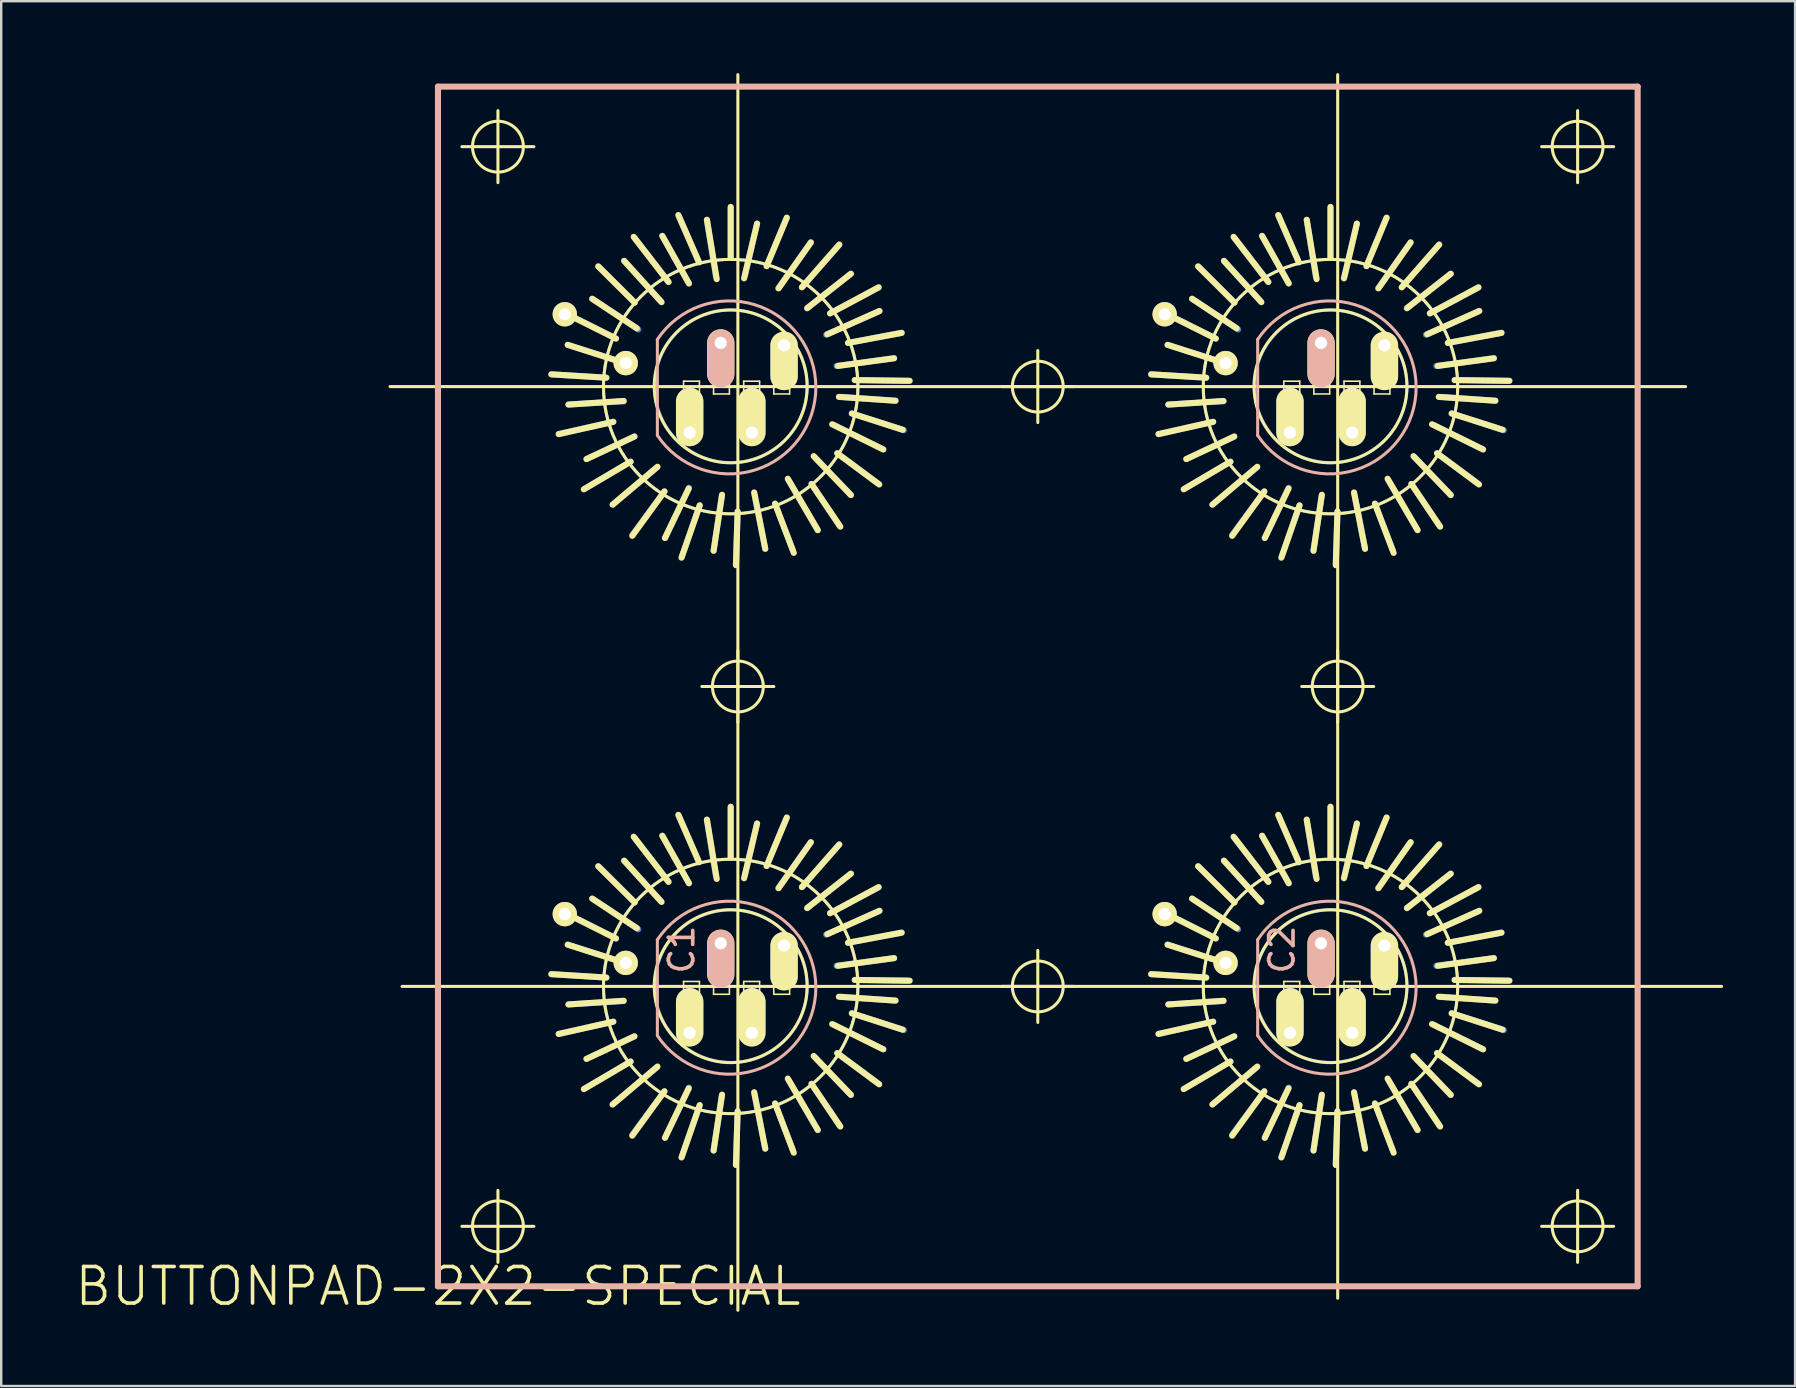
<source format=kicad_pcb>
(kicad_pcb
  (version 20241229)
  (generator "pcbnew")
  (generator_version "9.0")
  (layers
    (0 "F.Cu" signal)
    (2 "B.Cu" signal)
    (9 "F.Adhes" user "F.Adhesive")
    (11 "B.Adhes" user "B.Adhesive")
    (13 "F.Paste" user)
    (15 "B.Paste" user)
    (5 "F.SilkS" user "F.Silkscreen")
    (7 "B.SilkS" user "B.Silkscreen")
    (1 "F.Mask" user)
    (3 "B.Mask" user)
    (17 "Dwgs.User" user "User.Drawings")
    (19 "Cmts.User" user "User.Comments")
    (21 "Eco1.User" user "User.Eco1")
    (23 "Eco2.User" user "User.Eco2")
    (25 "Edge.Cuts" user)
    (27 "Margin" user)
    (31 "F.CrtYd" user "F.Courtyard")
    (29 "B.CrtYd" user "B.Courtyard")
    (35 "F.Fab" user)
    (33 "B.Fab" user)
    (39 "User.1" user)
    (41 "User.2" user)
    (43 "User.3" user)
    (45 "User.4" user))
  (footprint "BUTTONPAD-2X2-SPECIAL"
    (layer "F.Cu")
    (at 15.204 50.561)
    (property "Reference" "BUTTONPAD-2X2-SPECIAL" (at 0 0 0) (layer "F.SilkS") (effects (font (size 1.524 1.524) (thickness 0.15))))
    (attr exclude_from_pos_files exclude_from_bom)
    (fp_line (start 4.719 -38.009) (end 7.018 -37.869) (stroke (width 0.254) (type solid)) (layer "B.Cu"))
    (fp_line (start 4.719 -13.01) (end 7.018 -12.868) (stroke (width 0.254) (type solid)) (layer "B.Cu"))
    (fp_line (start 5.039 -35.519) (end 7.308 -36.03) (stroke (width 0.254) (type solid)) (layer "B.Cu"))
    (fp_line (start 5.039 -10.518) (end 7.308 -11.029) (stroke (width 0.254) (type solid)) (layer "B.Cu"))
    (fp_line (start 5.359 -40.538) (end 7.419 -39.5) (stroke (width 0.254) (type solid)) (layer "B.Cu"))
    (fp_line (start 5.359 -15.54) (end 7.419 -14.498) (stroke (width 0.254) (type solid)) (layer "B.Cu"))
    (fp_line (start 6.129 -33.249) (end 8.029 -34.369) (stroke (width 0.254) (type solid)) (layer "B.Cu"))
    (fp_line (start 6.129 -8.25) (end 8.029 -9.368) (stroke (width 0.254) (type solid)) (layer "B.Cu"))
    (fp_line (start 6.698 -42.499) (end 8.199 -40.998) (stroke (width 0.254) (type solid)) (layer "B.Cu"))
    (fp_line (start 6.698 -17.498) (end 8.199 -15.999) (stroke (width 0.254) (type solid)) (layer "B.Cu"))
    (fp_line (start 7.739 -38.499) (end 5.408 -39.238) (stroke (width 0.254) (type solid)) (layer "B.Cu"))
    (fp_line (start 7.739 -36.888) (end 5.438 -36.749) (stroke (width 0.254) (type solid)) (layer "B.Cu"))
    (fp_line (start 7.739 -13.498) (end 5.408 -14.239) (stroke (width 0.254) (type solid)) (layer "B.Cu"))
    (fp_line (start 7.739 -11.89) (end 5.438 -11.748) (stroke (width 0.254) (type solid)) (layer "B.Cu"))
    (fp_line (start 8.108 -31.328) (end 9.439 -33.129) (stroke (width 0.254) (type solid)) (layer "B.Cu"))
    (fp_line (start 8.108 -6.33) (end 9.439 -8.128) (stroke (width 0.254) (type solid)) (layer "B.Cu"))
    (fp_line (start 8.189 -43.698) (end 9.609 -41.859) (stroke (width 0.254) (type solid)) (layer "B.Cu"))
    (fp_line (start 8.189 -35.418) (end 6.19 -34.478) (stroke (width 0.254) (type solid)) (layer "B.Cu"))
    (fp_line (start 8.189 -18.699) (end 9.609 -16.858) (stroke (width 0.254) (type solid)) (layer "B.Cu"))
    (fp_line (start 8.189 -10.419) (end 6.19 -9.479) (stroke (width 0.254) (type solid)) (layer "B.Cu"))
    (fp_line (start 8.349 -39.878) (end 6.429 -41.158) (stroke (width 0.254) (type solid)) (layer "B.Cu"))
    (fp_line (start 8.349 -14.879) (end 6.429 -16.159) (stroke (width 0.254) (type solid)) (layer "B.Cu"))
    (fp_line (start 9.129 -34.13) (end 7.28 -32.578) (stroke (width 0.254) (type solid)) (layer "B.Cu"))
    (fp_line (start 9.129 -9.129) (end 7.28 -7.579) (stroke (width 0.254) (type solid)) (layer "B.Cu"))
    (fp_line (start 9.289 -41.049) (end 7.76 -42.738) (stroke (width 0.254) (type solid)) (layer "B.Cu"))
    (fp_line (start 9.289 -16.048) (end 7.76 -17.739) (stroke (width 0.254) (type solid)) (layer "B.Cu"))
    (fp_line (start 10.038 -44.607) (end 10.879 -42.68) (stroke (width 0.254) (type solid)) (layer "B.Cu"))
    (fp_line (start 10.038 -19.609) (end 10.879 -17.678) (stroke (width 0.254) (type solid)) (layer "B.Cu"))
    (fp_line (start 10.168 -30.419) (end 10.909 -32.548) (stroke (width 0.254) (type solid)) (layer "B.Cu"))
    (fp_line (start 10.168 -5.418) (end 10.909 -7.549) (stroke (width 0.254) (type solid)) (layer "B.Cu"))
    (fp_line (start 10.46 -41.798) (end 9.35 -43.779) (stroke (width 0.254) (type solid)) (layer "B.Cu"))
    (fp_line (start 10.46 -33.279) (end 9.469 -31.189) (stroke (width 0.254) (type solid)) (layer "B.Cu"))
    (fp_line (start 10.46 -16.8) (end 9.35 -18.778) (stroke (width 0.254) (type solid)) (layer "B.Cu"))
    (fp_line (start 10.46 -8.278) (end 9.469 -6.19) (stroke (width 0.254) (type solid)) (layer "B.Cu"))
    (fp_line (start 10.49 -35.585) (end 10.49 -36.881) (stroke (width 1.143) (type solid)) (layer "B.Cu"))
    (fp_line (start 10.49 -10.566) (end 10.49 -11.862) (stroke (width 1.143) (type solid)) (layer "B.Cu"))
    (fp_line (start 11.587 -42.067) (end 11.209 -44.45) (stroke (width 0.254) (type solid)) (layer "B.Cu"))
    (fp_line (start 11.587 -17.069) (end 11.209 -19.449) (stroke (width 0.254) (type solid)) (layer "B.Cu"))
    (fp_line (start 11.829 -32.929) (end 11.488 -30.658) (stroke (width 0.254) (type solid)) (layer "B.Cu"))
    (fp_line (start 11.829 -7.93) (end 11.488 -5.659) (stroke (width 0.254) (type solid)) (layer "B.Cu"))
    (fp_line (start 12.2 -44.958) (end 12.2 -42.868) (stroke (width 0.254) (type solid)) (layer "B.Cu"))
    (fp_line (start 12.2 -19.959) (end 12.2 -17.869) (stroke (width 0.254) (type solid)) (layer "B.Cu"))
    (fp_line (start 12.418 -30.058) (end 12.489 -32.288) (stroke (width 0.254) (type solid)) (layer "B.Cu"))
    (fp_line (start 12.418 -5.06) (end 12.489 -7.29) (stroke (width 0.254) (type solid)) (layer "B.Cu"))
    (fp_line (start 12.789 -42.118) (end 13.299 -44.29) (stroke (width 0.254) (type solid)) (layer "B.Cu"))
    (fp_line (start 12.789 -17.12) (end 13.299 -19.289) (stroke (width 0.254) (type solid)) (layer "B.Cu"))
    (fp_line (start 13.081 -35.585) (end 13.081 -36.881) (stroke (width 1.143) (type solid)) (layer "B.Cu"))
    (fp_line (start 13.081 -10.566) (end 13.081 -11.862) (stroke (width 1.143) (type solid)) (layer "B.Cu"))
    (fp_line (start 13.188 -33.038) (end 13.64 -30.739) (stroke (width 0.254) (type solid)) (layer "B.Cu"))
    (fp_line (start 13.188 -8.039) (end 13.64 -5.738) (stroke (width 0.254) (type solid)) (layer "B.Cu"))
    (fp_line (start 14.178 -41.59) (end 15.54 -43.508) (stroke (width 0.254) (type solid)) (layer "B.Cu"))
    (fp_line (start 14.178 -16.589) (end 15.54 -18.509) (stroke (width 0.254) (type solid)) (layer "B.Cu"))
    (fp_line (start 14.425 -37.922) (end 14.425 -39.218) (stroke (width 1.143) (type solid)) (layer "B.Cu"))
    (fp_line (start 14.425 -12.903) (end 14.425 -14.199) (stroke (width 1.143) (type solid)) (layer "B.Cu"))
    (fp_line (start 14.529 -44.529) (end 13.698 -42.52) (stroke (width 0.254) (type solid)) (layer "B.Cu"))
    (fp_line (start 14.529 -19.528) (end 13.698 -17.518) (stroke (width 0.254) (type solid)) (layer "B.Cu"))
    (fp_line (start 14.608 -33.599) (end 15.829 -31.509) (stroke (width 0.254) (type solid)) (layer "B.Cu"))
    (fp_line (start 14.608 -8.598) (end 15.829 -6.507) (stroke (width 0.254) (type solid)) (layer "B.Cu"))
    (fp_line (start 14.788 -30.688) (end 14.049 -32.619) (stroke (width 0.254) (type solid)) (layer "B.Cu"))
    (fp_line (start 14.788 -5.69) (end 14.049 -7.62) (stroke (width 0.254) (type solid)) (layer "B.Cu"))
    (fp_line (start 15.38 -40.759) (end 17.209 -42.2) (stroke (width 0.254) (type solid)) (layer "B.Cu"))
    (fp_line (start 15.38 -15.758) (end 17.209 -17.198) (stroke (width 0.254) (type solid)) (layer "B.Cu"))
    (fp_line (start 15.7 -34.559) (end 17.209 -32.979) (stroke (width 0.254) (type solid)) (layer "B.Cu"))
    (fp_line (start 15.7 -9.558) (end 17.209 -7.978) (stroke (width 0.254) (type solid)) (layer "B.Cu"))
    (fp_line (start 16.18 -39.66) (end 18.4 -40.648) (stroke (width 0.254) (type solid)) (layer "B.Cu"))
    (fp_line (start 16.18 -14.658) (end 18.4 -15.649) (stroke (width 0.254) (type solid)) (layer "B.Cu"))
    (fp_line (start 16.5 -35.898) (end 18.56 -34.879) (stroke (width 0.254) (type solid)) (layer "B.Cu"))
    (fp_line (start 16.5 -10.899) (end 18.56 -9.878) (stroke (width 0.254) (type solid)) (layer "B.Cu"))
    (fp_line (start 16.609 -38.359) (end 19.009 -38.679) (stroke (width 0.254) (type solid)) (layer "B.Cu"))
    (fp_line (start 16.609 -13.358) (end 19.009 -13.678) (stroke (width 0.254) (type solid)) (layer "B.Cu"))
    (fp_line (start 16.718 -43.409) (end 15.169 -41.638) (stroke (width 0.254) (type solid)) (layer "B.Cu"))
    (fp_line (start 16.718 -18.41) (end 15.169 -16.64) (stroke (width 0.254) (type solid)) (layer "B.Cu"))
    (fp_line (start 16.739 -31.699) (end 15.568 -33.439) (stroke (width 0.254) (type solid)) (layer "B.Cu"))
    (fp_line (start 16.739 -6.698) (end 15.568 -8.438) (stroke (width 0.254) (type solid)) (layer "B.Cu"))
    (fp_line (start 16.8 -37.069) (end 19.068 -36.909) (stroke (width 0.254) (type solid)) (layer "B.Cu"))
    (fp_line (start 16.8 -12.068) (end 19.068 -11.908) (stroke (width 0.254) (type solid)) (layer "B.Cu"))
    (fp_line (start 18.349 -41.618) (end 16.34 -40.549) (stroke (width 0.254) (type solid)) (layer "B.Cu"))
    (fp_line (start 18.349 -16.619) (end 16.34 -15.55) (stroke (width 0.254) (type solid)) (layer "B.Cu"))
    (fp_line (start 18.369 -33.439) (end 16.64 -34.719) (stroke (width 0.254) (type solid)) (layer "B.Cu"))
    (fp_line (start 18.369 -8.438) (end 16.64 -9.718) (stroke (width 0.254) (type solid)) (layer "B.Cu"))
    (fp_line (start 19.309 -39.738) (end 17.089 -39.319) (stroke (width 0.254) (type solid)) (layer "B.Cu"))
    (fp_line (start 19.309 -14.74) (end 17.089 -14.318) (stroke (width 0.254) (type solid)) (layer "B.Cu"))
    (fp_line (start 19.418 -35.679) (end 17.249 -36.378) (stroke (width 0.254) (type solid)) (layer "B.Cu"))
    (fp_line (start 19.418 -10.678) (end 17.249 -11.379) (stroke (width 0.254) (type solid)) (layer "B.Cu"))
    (fp_line (start 19.578 -37.739) (end 17.379 -37.77) (stroke (width 0.254) (type solid)) (layer "B.Cu"))
    (fp_line (start 19.578 -12.738) (end 17.379 -12.769) (stroke (width 0.254) (type solid)) (layer "B.Cu"))
    (fp_line (start 29.718 -38.009) (end 32.019 -37.869) (stroke (width 0.254) (type solid)) (layer "B.Cu"))
    (fp_line (start 29.718 -13.01) (end 32.019 -12.868) (stroke (width 0.254) (type solid)) (layer "B.Cu"))
    (fp_line (start 30.038 -35.519) (end 32.309 -36.03) (stroke (width 0.254) (type solid)) (layer "B.Cu"))
    (fp_line (start 30.038 -10.518) (end 32.309 -11.029) (stroke (width 0.254) (type solid)) (layer "B.Cu"))
    (fp_line (start 30.358 -40.538) (end 32.418 -39.5) (stroke (width 0.254) (type solid)) (layer "B.Cu"))
    (fp_line (start 30.358 -15.54) (end 32.418 -14.498) (stroke (width 0.254) (type solid)) (layer "B.Cu"))
    (fp_line (start 31.128 -33.249) (end 33.028 -34.369) (stroke (width 0.254) (type solid)) (layer "B.Cu"))
    (fp_line (start 31.128 -8.25) (end 33.028 -9.368) (stroke (width 0.254) (type solid)) (layer "B.Cu"))
    (fp_line (start 31.699 -42.499) (end 33.198 -40.998) (stroke (width 0.254) (type solid)) (layer "B.Cu"))
    (fp_line (start 31.699 -17.498) (end 33.198 -15.999) (stroke (width 0.254) (type solid)) (layer "B.Cu"))
    (fp_line (start 32.738 -38.499) (end 30.409 -39.238) (stroke (width 0.254) (type solid)) (layer "B.Cu"))
    (fp_line (start 32.738 -36.888) (end 30.439 -36.749) (stroke (width 0.254) (type solid)) (layer "B.Cu"))
    (fp_line (start 32.738 -13.498) (end 30.409 -14.239) (stroke (width 0.254) (type solid)) (layer "B.Cu"))
    (fp_line (start 32.738 -11.89) (end 30.439 -11.748) (stroke (width 0.254) (type solid)) (layer "B.Cu"))
    (fp_line (start 33.109 -31.328) (end 34.44 -33.129) (stroke (width 0.254) (type solid)) (layer "B.Cu"))
    (fp_line (start 33.109 -6.33) (end 34.44 -8.128) (stroke (width 0.254) (type solid)) (layer "B.Cu"))
    (fp_line (start 33.188 -43.698) (end 34.608 -41.859) (stroke (width 0.254) (type solid)) (layer "B.Cu"))
    (fp_line (start 33.188 -35.418) (end 31.189 -34.478) (stroke (width 0.254) (type solid)) (layer "B.Cu"))
    (fp_line (start 33.188 -18.699) (end 34.608 -16.858) (stroke (width 0.254) (type solid)) (layer "B.Cu"))
    (fp_line (start 33.188 -10.419) (end 31.189 -9.479) (stroke (width 0.254) (type solid)) (layer "B.Cu"))
    (fp_line (start 33.348 -39.878) (end 31.43 -41.158) (stroke (width 0.254) (type solid)) (layer "B.Cu"))
    (fp_line (start 33.348 -14.879) (end 31.43 -16.159) (stroke (width 0.254) (type solid)) (layer "B.Cu"))
    (fp_line (start 34.13 -34.13) (end 32.278 -32.578) (stroke (width 0.254) (type solid)) (layer "B.Cu"))
    (fp_line (start 34.13 -9.129) (end 32.278 -7.579) (stroke (width 0.254) (type solid)) (layer "B.Cu"))
    (fp_line (start 34.29 -41.049) (end 32.758 -42.738) (stroke (width 0.254) (type solid)) (layer "B.Cu"))
    (fp_line (start 34.29 -16.048) (end 32.758 -17.739) (stroke (width 0.254) (type solid)) (layer "B.Cu"))
    (fp_line (start 35.039 -44.607) (end 35.877 -42.68) (stroke (width 0.254) (type solid)) (layer "B.Cu"))
    (fp_line (start 35.039 -19.609) (end 35.877 -17.678) (stroke (width 0.254) (type solid)) (layer "B.Cu"))
    (fp_line (start 35.169 -30.419) (end 35.908 -32.548) (stroke (width 0.254) (type solid)) (layer "B.Cu"))
    (fp_line (start 35.169 -5.418) (end 35.908 -7.549) (stroke (width 0.254) (type solid)) (layer "B.Cu"))
    (fp_line (start 35.458 -41.798) (end 34.348 -43.779) (stroke (width 0.254) (type solid)) (layer "B.Cu"))
    (fp_line (start 35.458 -33.279) (end 34.468 -31.189) (stroke (width 0.254) (type solid)) (layer "B.Cu"))
    (fp_line (start 35.458 -16.8) (end 34.348 -18.778) (stroke (width 0.254) (type solid)) (layer "B.Cu"))
    (fp_line (start 35.458 -8.278) (end 34.468 -6.19) (stroke (width 0.254) (type solid)) (layer "B.Cu"))
    (fp_line (start 35.509 -35.585) (end 35.509 -36.881) (stroke (width 1.143) (type solid)) (layer "B.Cu"))
    (fp_line (start 35.509 -10.566) (end 35.509 -11.862) (stroke (width 1.143) (type solid)) (layer "B.Cu"))
    (fp_line (start 36.589 -42.067) (end 36.208 -44.45) (stroke (width 0.254) (type solid)) (layer "B.Cu"))
    (fp_line (start 36.589 -17.069) (end 36.208 -19.449) (stroke (width 0.254) (type solid)) (layer "B.Cu"))
    (fp_line (start 36.83 -32.929) (end 36.49 -30.658) (stroke (width 0.254) (type solid)) (layer "B.Cu"))
    (fp_line (start 36.83 -7.93) (end 36.49 -5.659) (stroke (width 0.254) (type solid)) (layer "B.Cu"))
    (fp_line (start 37.198 -44.958) (end 37.198 -42.868) (stroke (width 0.254) (type solid)) (layer "B.Cu"))
    (fp_line (start 37.198 -19.959) (end 37.198 -17.869) (stroke (width 0.254) (type solid)) (layer "B.Cu"))
    (fp_line (start 37.419 -30.058) (end 37.488 -32.288) (stroke (width 0.254) (type solid)) (layer "B.Cu"))
    (fp_line (start 37.419 -5.06) (end 37.488 -7.29) (stroke (width 0.254) (type solid)) (layer "B.Cu"))
    (fp_line (start 37.788 -42.118) (end 38.298 -44.29) (stroke (width 0.254) (type solid)) (layer "B.Cu"))
    (fp_line (start 37.788 -17.12) (end 38.298 -19.289) (stroke (width 0.254) (type solid)) (layer "B.Cu"))
    (fp_line (start 38.1 -35.585) (end 38.1 -36.881) (stroke (width 1.143) (type solid)) (layer "B.Cu"))
    (fp_line (start 38.1 -10.566) (end 38.1 -11.862) (stroke (width 1.143) (type solid)) (layer "B.Cu"))
    (fp_line (start 38.189 -33.038) (end 38.638 -30.739) (stroke (width 0.254) (type solid)) (layer "B.Cu"))
    (fp_line (start 38.189 -8.039) (end 38.638 -5.738) (stroke (width 0.254) (type solid)) (layer "B.Cu"))
    (fp_line (start 39.179 -41.59) (end 40.538 -43.508) (stroke (width 0.254) (type solid)) (layer "B.Cu"))
    (fp_line (start 39.179 -16.589) (end 40.538 -18.509) (stroke (width 0.254) (type solid)) (layer "B.Cu"))
    (fp_line (start 39.446 -37.922) (end 39.446 -39.218) (stroke (width 1.143) (type solid)) (layer "B.Cu"))
    (fp_line (start 39.446 -12.903) (end 39.446 -14.199) (stroke (width 1.143) (type solid)) (layer "B.Cu"))
    (fp_line (start 39.527 -44.529) (end 38.699 -42.52) (stroke (width 0.254) (type solid)) (layer "B.Cu"))
    (fp_line (start 39.527 -19.528) (end 38.699 -17.518) (stroke (width 0.254) (type solid)) (layer "B.Cu"))
    (fp_line (start 39.609 -33.599) (end 40.828 -31.509) (stroke (width 0.254) (type solid)) (layer "B.Cu"))
    (fp_line (start 39.609 -8.598) (end 40.828 -6.507) (stroke (width 0.254) (type solid)) (layer "B.Cu"))
    (fp_line (start 39.789 -30.688) (end 39.05 -32.619) (stroke (width 0.254) (type solid)) (layer "B.Cu"))
    (fp_line (start 39.789 -5.69) (end 39.05 -7.62) (stroke (width 0.254) (type solid)) (layer "B.Cu"))
    (fp_line (start 40.378 -40.759) (end 42.21 -42.2) (stroke (width 0.254) (type solid)) (layer "B.Cu"))
    (fp_line (start 40.378 -15.758) (end 42.21 -17.198) (stroke (width 0.254) (type solid)) (layer "B.Cu"))
    (fp_line (start 40.698 -34.559) (end 42.21 -32.979) (stroke (width 0.254) (type solid)) (layer "B.Cu"))
    (fp_line (start 40.698 -9.558) (end 42.21 -7.978) (stroke (width 0.254) (type solid)) (layer "B.Cu"))
    (fp_line (start 41.178 -39.66) (end 43.398 -40.648) (stroke (width 0.254) (type solid)) (layer "B.Cu"))
    (fp_line (start 41.178 -14.658) (end 43.398 -15.649) (stroke (width 0.254) (type solid)) (layer "B.Cu"))
    (fp_line (start 41.499 -35.898) (end 43.558 -34.879) (stroke (width 0.254) (type solid)) (layer "B.Cu"))
    (fp_line (start 41.499 -10.899) (end 43.558 -9.878) (stroke (width 0.254) (type solid)) (layer "B.Cu"))
    (fp_line (start 41.608 -38.359) (end 44.008 -38.679) (stroke (width 0.254) (type solid)) (layer "B.Cu"))
    (fp_line (start 41.608 -13.358) (end 44.008 -13.678) (stroke (width 0.254) (type solid)) (layer "B.Cu"))
    (fp_line (start 41.719 -43.409) (end 40.168 -41.638) (stroke (width 0.254) (type solid)) (layer "B.Cu"))
    (fp_line (start 41.719 -18.41) (end 40.168 -16.64) (stroke (width 0.254) (type solid)) (layer "B.Cu"))
    (fp_line (start 41.74 -31.699) (end 40.569 -33.439) (stroke (width 0.254) (type solid)) (layer "B.Cu"))
    (fp_line (start 41.74 -6.698) (end 40.569 -8.438) (stroke (width 0.254) (type solid)) (layer "B.Cu"))
    (fp_line (start 41.798 -37.069) (end 44.069 -36.909) (stroke (width 0.254) (type solid)) (layer "B.Cu"))
    (fp_line (start 41.798 -12.068) (end 44.069 -11.908) (stroke (width 0.254) (type solid)) (layer "B.Cu"))
    (fp_line (start 43.348 -41.618) (end 41.339 -40.549) (stroke (width 0.254) (type solid)) (layer "B.Cu"))
    (fp_line (start 43.348 -16.619) (end 41.339 -15.55) (stroke (width 0.254) (type solid)) (layer "B.Cu"))
    (fp_line (start 43.368 -33.439) (end 41.638 -34.719) (stroke (width 0.254) (type solid)) (layer "B.Cu"))
    (fp_line (start 43.368 -8.438) (end 41.638 -9.718) (stroke (width 0.254) (type solid)) (layer "B.Cu"))
    (fp_line (start 44.308 -39.738) (end 42.088 -39.319) (stroke (width 0.254) (type solid)) (layer "B.Cu"))
    (fp_line (start 44.308 -14.74) (end 42.088 -14.318) (stroke (width 0.254) (type solid)) (layer "B.Cu"))
    (fp_line (start 44.42 -35.679) (end 42.248 -36.378) (stroke (width 0.254) (type solid)) (layer "B.Cu"))
    (fp_line (start 44.42 -10.678) (end 42.248 -11.379) (stroke (width 0.254) (type solid)) (layer "B.Cu"))
    (fp_line (start 44.58 -37.739) (end 42.38 -37.77) (stroke (width 0.254) (type solid)) (layer "B.Cu"))
    (fp_line (start 44.58 -12.738) (end 42.38 -12.769) (stroke (width 0.254) (type solid)) (layer "B.Cu"))
    (fp_circle (center 12.2 -37.498) (end 15.949 -41.247) (stroke (width 0.127) (type solid)) (fill no) (layer "B.Cu"))
    (fp_circle (center 12.2 -12.499) (end 15.949 -16.248) (stroke (width 0.127) (type solid)) (fill no) (layer "B.Cu"))
    (fp_circle (center 12.21 -37.508) (end 14.458 -39.756) (stroke (width 0.127) (type solid)) (fill no) (layer "B.Cu"))
    (fp_circle (center 12.21 -12.509) (end 14.458 -14.757) (stroke (width 0.127) (type solid)) (fill no) (layer "B.Cu"))
    (fp_circle (center 37.198 -37.498) (end 40.947 -41.247) (stroke (width 0.127) (type solid)) (fill no) (layer "B.Cu"))
    (fp_circle (center 37.198 -12.499) (end 40.947 -16.248) (stroke (width 0.127) (type solid)) (fill no) (layer "B.Cu"))
    (fp_circle (center 37.208 -37.508) (end 39.456 -39.756) (stroke (width 0.127) (type solid)) (fill no) (layer "B.Cu"))
    (fp_circle (center 37.208 -12.509) (end 39.456 -14.757) (stroke (width 0.127) (type solid)) (fill no) (layer "B.Cu"))
    (fp_line (start 0.998 -47.498) (end 3.998 -47.498) (stroke (width 0.127) (type solid)) (layer "F.SilkS"))
    (fp_line (start 0.998 -2.499) (end 3.998 -2.499) (stroke (width 0.127) (type solid)) (layer "F.SilkS"))
    (fp_line (start 2.499 -45.999) (end 2.499 -48.999) (stroke (width 0.127) (type solid)) (layer "F.SilkS"))
    (fp_line (start 2.499 -0.998) (end 2.499 -3.998) (stroke (width 0.127) (type solid)) (layer "F.SilkS"))
    (fp_line (start 4.729 -38.009) (end 7.018 -37.869) (stroke (width 0.254) (type solid)) (layer "F.SilkS"))
    (fp_line (start 4.729 -13.01) (end 7.018 -12.868) (stroke (width 0.254) (type solid)) (layer "F.SilkS"))
    (fp_line (start 5.359 -40.528) (end 7.419 -39.5) (stroke (width 0.254) (type solid)) (layer "F.SilkS"))
    (fp_line (start 5.359 -15.53) (end 7.419 -14.498) (stroke (width 0.254) (type solid)) (layer "F.SilkS"))
    (fp_line (start 5.408 -39.238) (end 7.777 -38.478) (stroke (width 0.254) (type solid)) (layer "F.SilkS"))
    (fp_line (start 5.408 -14.239) (end 7.777 -13.48) (stroke (width 0.254) (type solid)) (layer "F.SilkS"))
    (fp_line (start 5.438 -36.749) (end 7.739 -36.899) (stroke (width 0.254) (type solid)) (layer "F.SilkS"))
    (fp_line (start 5.438 -11.748) (end 7.739 -11.9) (stroke (width 0.254) (type solid)) (layer "F.SilkS"))
    (fp_line (start 6.078 -33.218) (end 8.029 -34.369) (stroke (width 0.254) (type solid)) (layer "F.SilkS"))
    (fp_line (start 6.078 -8.219) (end 8.029 -9.368) (stroke (width 0.254) (type solid)) (layer "F.SilkS"))
    (fp_line (start 6.19 -34.478) (end 8.189 -35.418) (stroke (width 0.254) (type solid)) (layer "F.SilkS"))
    (fp_line (start 6.19 -9.479) (end 8.189 -10.419) (stroke (width 0.254) (type solid)) (layer "F.SilkS"))
    (fp_line (start 6.429 -41.158) (end 8.288 -39.929) (stroke (width 0.254) (type solid)) (layer "F.SilkS"))
    (fp_line (start 6.429 -16.159) (end 8.288 -14.928) (stroke (width 0.254) (type solid)) (layer "F.SilkS"))
    (fp_line (start 6.678 -42.509) (end 8.199 -40.998) (stroke (width 0.254) (type solid)) (layer "F.SilkS"))
    (fp_line (start 6.678 -17.508) (end 8.199 -15.999) (stroke (width 0.254) (type solid)) (layer "F.SilkS"))
    (fp_line (start 7.308 -36.03) (end 5.029 -35.519) (stroke (width 0.254) (type solid)) (layer "F.SilkS"))
    (fp_line (start 7.308 -11.029) (end 5.029 -10.518) (stroke (width 0.254) (type solid)) (layer "F.SilkS"))
    (fp_line (start 7.76 -42.738) (end 9.319 -41.018) (stroke (width 0.254) (type solid)) (layer "F.SilkS"))
    (fp_line (start 7.76 -17.739) (end 9.319 -16.02) (stroke (width 0.254) (type solid)) (layer "F.SilkS"))
    (fp_line (start 8.158 -43.739) (end 9.609 -41.859) (stroke (width 0.254) (type solid)) (layer "F.SilkS"))
    (fp_line (start 8.158 -18.738) (end 9.609 -16.858) (stroke (width 0.254) (type solid)) (layer "F.SilkS"))
    (fp_line (start 9.149 -34.158) (end 7.28 -32.578) (stroke (width 0.254) (type solid)) (layer "F.SilkS"))
    (fp_line (start 9.149 -9.159) (end 7.28 -7.579) (stroke (width 0.254) (type solid)) (layer "F.SilkS"))
    (fp_line (start 9.35 -43.779) (end 10.46 -41.798) (stroke (width 0.254) (type solid)) (layer "F.SilkS"))
    (fp_line (start 9.35 -18.778) (end 10.46 -16.8) (stroke (width 0.254) (type solid)) (layer "F.SilkS"))
    (fp_line (start 9.439 -33.129) (end 8.098 -31.278) (stroke (width 0.254) (type solid)) (layer "F.SilkS"))
    (fp_line (start 9.439 -8.128) (end 8.098 -6.279) (stroke (width 0.254) (type solid)) (layer "F.SilkS"))
    (fp_line (start 9.459 -31.189) (end 10.45 -33.249) (stroke (width 0.254) (type solid)) (layer "F.SilkS"))
    (fp_line (start 9.459 -6.19) (end 10.45 -8.25) (stroke (width 0.254) (type solid)) (layer "F.SilkS"))
    (fp_line (start 10.033 -36.881) (end 10.947 -36.881) (stroke (width 0.127) (type solid)) (layer "F.SilkS"))
    (fp_line (start 10.033 -11.862) (end 10.947 -11.862) (stroke (width 0.127) (type solid)) (layer "F.SilkS"))
    (fp_line (start 10.236 -37.724) (end 10.897 -37.724) (stroke (width 0.066) (type solid)) (layer "F.SilkS"))
    (fp_line (start 10.236 -37.191) (end 10.236 -37.724) (stroke (width 0.066) (type solid)) (layer "F.SilkS"))
    (fp_line (start 10.236 -37.191) (end 10.897 -37.191) (stroke (width 0.066) (type solid)) (layer "F.SilkS"))
    (fp_line (start 10.236 -12.705) (end 10.897 -12.705) (stroke (width 0.066) (type solid)) (layer "F.SilkS"))
    (fp_line (start 10.236 -12.172) (end 10.236 -12.705) (stroke (width 0.066) (type solid)) (layer "F.SilkS"))
    (fp_line (start 10.236 -12.172) (end 10.897 -12.172) (stroke (width 0.066) (type solid)) (layer "F.SilkS"))
    (fp_line (start 10.49 -36.424) (end 10.49 -37.338) (stroke (width 0.127) (type solid)) (layer "F.SilkS"))
    (fp_line (start 10.49 -35.585) (end 10.49 -36.881) (stroke (width 1.143) (type solid)) (layer "F.SilkS"))
    (fp_line (start 10.49 -11.405) (end 10.49 -12.319) (stroke (width 0.127) (type solid)) (layer "F.SilkS"))
    (fp_line (start 10.49 -10.566) (end 10.49 -11.862) (stroke (width 1.143) (type solid)) (layer "F.SilkS"))
    (fp_line (start 10.879 -42.68) (end 10.018 -44.648) (stroke (width 0.254) (type solid)) (layer "F.SilkS"))
    (fp_line (start 10.879 -17.678) (end 10.018 -19.649) (stroke (width 0.254) (type solid)) (layer "F.SilkS"))
    (fp_line (start 10.897 -37.191) (end 10.897 -37.724) (stroke (width 0.066) (type solid)) (layer "F.SilkS"))
    (fp_line (start 10.897 -12.172) (end 10.897 -12.705) (stroke (width 0.066) (type solid)) (layer "F.SilkS"))
    (fp_line (start 10.909 -32.548) (end 10.15 -30.368) (stroke (width 0.254) (type solid)) (layer "F.SilkS"))
    (fp_line (start 10.909 -7.549) (end 10.15 -5.37) (stroke (width 0.254) (type solid)) (layer "F.SilkS"))
    (fp_line (start 10.998 -24.999) (end 13.998 -24.999) (stroke (width 0.127) (type solid)) (layer "F.SilkS"))
    (fp_line (start 11.328 -38.024) (end 12.243 -38.024) (stroke (width 0.127) (type solid)) (layer "F.SilkS"))
    (fp_line (start 11.328 -13.005) (end 12.243 -13.005) (stroke (width 0.127) (type solid)) (layer "F.SilkS"))
    (fp_line (start 11.486 -37.724) (end 12.146 -37.724) (stroke (width 0.066) (type solid)) (layer "F.SilkS"))
    (fp_line (start 11.486 -37.191) (end 11.486 -37.724) (stroke (width 0.066) (type solid)) (layer "F.SilkS"))
    (fp_line (start 11.486 -37.191) (end 12.146 -37.191) (stroke (width 0.066) (type solid)) (layer "F.SilkS"))
    (fp_line (start 11.486 -12.705) (end 12.146 -12.705) (stroke (width 0.066) (type solid)) (layer "F.SilkS"))
    (fp_line (start 11.486 -12.172) (end 11.486 -12.705) (stroke (width 0.066) (type solid)) (layer "F.SilkS"))
    (fp_line (start 11.486 -12.172) (end 12.146 -12.172) (stroke (width 0.066) (type solid)) (layer "F.SilkS"))
    (fp_line (start 11.488 -30.658) (end 11.839 -32.99) (stroke (width 0.254) (type solid)) (layer "F.SilkS"))
    (fp_line (start 11.488 -5.659) (end 11.839 -7.988) (stroke (width 0.254) (type solid)) (layer "F.SilkS"))
    (fp_line (start 11.618 -41.979) (end 11.209 -44.45) (stroke (width 0.254) (type solid)) (layer "F.SilkS"))
    (fp_line (start 11.618 -16.98) (end 11.209 -19.449) (stroke (width 0.254) (type solid)) (layer "F.SilkS"))
    (fp_line (start 11.786 -38.024) (end 11.786 -39.319) (stroke (width 1.143) (type solid)) (layer "F.SilkS"))
    (fp_line (start 11.786 -37.567) (end 11.786 -38.478) (stroke (width 0.127) (type solid)) (layer "F.SilkS"))
    (fp_line (start 11.786 -13.005) (end 11.786 -14.298) (stroke (width 1.143) (type solid)) (layer "F.SilkS"))
    (fp_line (start 11.786 -12.548) (end 11.786 -13.462) (stroke (width 0.127) (type solid)) (layer "F.SilkS"))
    (fp_line (start 12.146 -37.191) (end 12.146 -37.724) (stroke (width 0.066) (type solid)) (layer "F.SilkS"))
    (fp_line (start 12.146 -12.172) (end 12.146 -12.705) (stroke (width 0.066) (type solid)) (layer "F.SilkS"))
    (fp_line (start 12.2 -42.868) (end 12.2 -44.988) (stroke (width 0.254) (type solid)) (layer "F.SilkS"))
    (fp_line (start 12.2 -17.869) (end 12.2 -19.99) (stroke (width 0.254) (type solid)) (layer "F.SilkS"))
    (fp_line (start 12.489 -32.288) (end 12.418 -30.058) (stroke (width 0.254) (type solid)) (layer "F.SilkS"))
    (fp_line (start 12.489 -7.29) (end 12.418 -5.06) (stroke (width 0.254) (type solid)) (layer "F.SilkS"))
    (fp_line (start 12.499 -50.498) (end 12.499 0.998) (stroke (width 0.127) (type solid)) (layer "F.SilkS"))
    (fp_line (start 12.499 -23.498) (end 12.499 -26.5) (stroke (width 0.127) (type solid)) (layer "F.SilkS"))
    (fp_line (start 12.624 -36.881) (end 13.538 -36.881) (stroke (width 0.127) (type solid)) (layer "F.SilkS"))
    (fp_line (start 12.624 -11.862) (end 13.538 -11.862) (stroke (width 0.127) (type solid)) (layer "F.SilkS"))
    (fp_line (start 12.743 -37.724) (end 13.404 -37.724) (stroke (width 0.066) (type solid)) (layer "F.SilkS"))
    (fp_line (start 12.743 -37.191) (end 12.743 -37.724) (stroke (width 0.066) (type solid)) (layer "F.SilkS"))
    (fp_line (start 12.743 -37.191) (end 13.404 -37.191) (stroke (width 0.066) (type solid)) (layer "F.SilkS"))
    (fp_line (start 12.743 -12.705) (end 13.404 -12.705) (stroke (width 0.066) (type solid)) (layer "F.SilkS"))
    (fp_line (start 12.743 -12.172) (end 12.743 -12.705) (stroke (width 0.066) (type solid)) (layer "F.SilkS"))
    (fp_line (start 12.743 -12.172) (end 13.404 -12.172) (stroke (width 0.066) (type solid)) (layer "F.SilkS"))
    (fp_line (start 12.758 -42.009) (end 13.299 -44.29) (stroke (width 0.254) (type solid)) (layer "F.SilkS"))
    (fp_line (start 12.758 -17.008) (end 13.299 -19.289) (stroke (width 0.254) (type solid)) (layer "F.SilkS"))
    (fp_line (start 13.081 -36.424) (end 13.081 -37.338) (stroke (width 0.127) (type solid)) (layer "F.SilkS"))
    (fp_line (start 13.081 -35.585) (end 13.081 -36.881) (stroke (width 1.143) (type solid)) (layer "F.SilkS"))
    (fp_line (start 13.081 -11.405) (end 13.081 -12.319) (stroke (width 0.127) (type solid)) (layer "F.SilkS"))
    (fp_line (start 13.081 -10.566) (end 13.081 -11.862) (stroke (width 1.143) (type solid)) (layer "F.SilkS"))
    (fp_line (start 13.404 -37.191) (end 13.404 -37.724) (stroke (width 0.066) (type solid)) (layer "F.SilkS"))
    (fp_line (start 13.404 -12.172) (end 13.404 -12.705) (stroke (width 0.066) (type solid)) (layer "F.SilkS"))
    (fp_line (start 13.64 -30.739) (end 13.178 -33.089) (stroke (width 0.254) (type solid)) (layer "F.SilkS"))
    (fp_line (start 13.64 -5.738) (end 13.178 -8.09) (stroke (width 0.254) (type solid)) (layer "F.SilkS"))
    (fp_line (start 13.698 -42.52) (end 14.539 -44.539) (stroke (width 0.254) (type solid)) (layer "F.SilkS"))
    (fp_line (start 13.698 -17.518) (end 14.539 -19.538) (stroke (width 0.254) (type solid)) (layer "F.SilkS"))
    (fp_line (start 13.97 -37.922) (end 14.884 -37.922) (stroke (width 0.127) (type solid)) (layer "F.SilkS"))
    (fp_line (start 13.97 -12.903) (end 14.884 -12.903) (stroke (width 0.127) (type solid)) (layer "F.SilkS"))
    (fp_line (start 13.995 -37.724) (end 14.656 -37.724) (stroke (width 0.066) (type solid)) (layer "F.SilkS"))
    (fp_line (start 13.995 -37.191) (end 13.995 -37.724) (stroke (width 0.066) (type solid)) (layer "F.SilkS"))
    (fp_line (start 13.995 -37.191) (end 14.656 -37.191) (stroke (width 0.066) (type solid)) (layer "F.SilkS"))
    (fp_line (start 13.995 -12.705) (end 14.656 -12.705) (stroke (width 0.066) (type solid)) (layer "F.SilkS"))
    (fp_line (start 13.995 -12.172) (end 13.995 -12.705) (stroke (width 0.066) (type solid)) (layer "F.SilkS"))
    (fp_line (start 13.995 -12.172) (end 14.656 -12.172) (stroke (width 0.066) (type solid)) (layer "F.SilkS"))
    (fp_line (start 14.049 -32.619) (end 14.829 -30.569) (stroke (width 0.254) (type solid)) (layer "F.SilkS"))
    (fp_line (start 14.049 -7.62) (end 14.829 -5.568) (stroke (width 0.254) (type solid)) (layer "F.SilkS"))
    (fp_line (start 14.199 -41.598) (end 15.54 -43.508) (stroke (width 0.254) (type solid)) (layer "F.SilkS"))
    (fp_line (start 14.199 -16.599) (end 15.54 -18.509) (stroke (width 0.254) (type solid)) (layer "F.SilkS"))
    (fp_line (start 14.425 -37.922) (end 14.425 -39.218) (stroke (width 1.143) (type solid)) (layer "F.SilkS"))
    (fp_line (start 14.425 -37.465) (end 14.425 -38.377) (stroke (width 0.127) (type solid)) (layer "F.SilkS"))
    (fp_line (start 14.425 -12.903) (end 14.425 -14.199) (stroke (width 1.143) (type solid)) (layer "F.SilkS"))
    (fp_line (start 14.425 -12.446) (end 14.425 -13.36) (stroke (width 0.127) (type solid)) (layer "F.SilkS"))
    (fp_line (start 14.656 -37.191) (end 14.656 -37.724) (stroke (width 0.066) (type solid)) (layer "F.SilkS"))
    (fp_line (start 14.656 -12.172) (end 14.656 -12.705) (stroke (width 0.066) (type solid)) (layer "F.SilkS"))
    (fp_line (start 15.39 -40.77) (end 17.209 -42.2) (stroke (width 0.254) (type solid)) (layer "F.SilkS"))
    (fp_line (start 15.39 -15.768) (end 17.209 -17.198) (stroke (width 0.254) (type solid)) (layer "F.SilkS"))
    (fp_line (start 15.568 -33.439) (end 16.769 -31.659) (stroke (width 0.254) (type solid)) (layer "F.SilkS"))
    (fp_line (start 15.568 -8.438) (end 16.769 -6.66) (stroke (width 0.254) (type solid)) (layer "F.SilkS"))
    (fp_line (start 15.659 -34.6) (end 17.209 -32.979) (stroke (width 0.254) (type solid)) (layer "F.SilkS"))
    (fp_line (start 15.659 -9.599) (end 17.209 -7.978) (stroke (width 0.254) (type solid)) (layer "F.SilkS"))
    (fp_line (start 15.829 -31.519) (end 14.58 -33.658) (stroke (width 0.254) (type solid)) (layer "F.SilkS"))
    (fp_line (start 15.829 -6.518) (end 14.58 -8.659) (stroke (width 0.254) (type solid)) (layer "F.SilkS"))
    (fp_line (start 16.228 -39.68) (end 18.4 -40.648) (stroke (width 0.254) (type solid)) (layer "F.SilkS"))
    (fp_line (start 16.228 -14.679) (end 18.4 -15.649) (stroke (width 0.254) (type solid)) (layer "F.SilkS"))
    (fp_line (start 16.34 -40.549) (end 18.369 -41.638) (stroke (width 0.254) (type solid)) (layer "F.SilkS"))
    (fp_line (start 16.34 -15.55) (end 18.369 -16.64) (stroke (width 0.254) (type solid)) (layer "F.SilkS"))
    (fp_line (start 16.429 -35.928) (end 18.56 -34.879) (stroke (width 0.254) (type solid)) (layer "F.SilkS"))
    (fp_line (start 16.429 -10.93) (end 18.56 -9.878) (stroke (width 0.254) (type solid)) (layer "F.SilkS"))
    (fp_line (start 16.64 -34.719) (end 18.39 -33.419) (stroke (width 0.254) (type solid)) (layer "F.SilkS"))
    (fp_line (start 16.64 -9.718) (end 18.39 -8.418) (stroke (width 0.254) (type solid)) (layer "F.SilkS"))
    (fp_line (start 16.667 -38.359) (end 19.009 -38.679) (stroke (width 0.254) (type solid)) (layer "F.SilkS"))
    (fp_line (start 16.667 -13.358) (end 19.009 -13.678) (stroke (width 0.254) (type solid)) (layer "F.SilkS"))
    (fp_line (start 16.708 -37.069) (end 19.068 -36.909) (stroke (width 0.254) (type solid)) (layer "F.SilkS"))
    (fp_line (start 16.708 -12.068) (end 19.068 -11.908) (stroke (width 0.254) (type solid)) (layer "F.SilkS"))
    (fp_line (start 16.728 -43.419) (end 15.169 -41.638) (stroke (width 0.254) (type solid)) (layer "F.SilkS"))
    (fp_line (start 16.728 -18.418) (end 15.169 -16.64) (stroke (width 0.254) (type solid)) (layer "F.SilkS"))
    (fp_line (start 17.089 -39.319) (end 19.329 -39.738) (stroke (width 0.254) (type solid)) (layer "F.SilkS"))
    (fp_line (start 17.089 -14.318) (end 19.329 -14.74) (stroke (width 0.254) (type solid)) (layer "F.SilkS"))
    (fp_line (start 17.249 -36.378) (end 19.367 -35.7) (stroke (width 0.254) (type solid)) (layer "F.SilkS"))
    (fp_line (start 17.249 -11.379) (end 19.367 -10.698) (stroke (width 0.254) (type solid)) (layer "F.SilkS"))
    (fp_line (start 17.369 -37.77) (end 19.66 -37.739) (stroke (width 0.254) (type solid)) (layer "F.SilkS"))
    (fp_line (start 17.369 -12.769) (end 19.66 -12.738) (stroke (width 0.254) (type solid)) (layer "F.SilkS"))
    (fp_line (start 23.498 -37.498) (end 26.5 -37.498) (stroke (width 0.127) (type solid)) (layer "F.SilkS"))
    (fp_line (start 23.498 -12.499) (end 26.5 -12.499) (stroke (width 0.127) (type solid)) (layer "F.SilkS"))
    (fp_line (start 24.999 -35.999) (end 24.999 -38.999) (stroke (width 0.127) (type solid)) (layer "F.SilkS"))
    (fp_line (start 24.999 -10.998) (end 24.999 -13.998) (stroke (width 0.127) (type solid)) (layer "F.SilkS"))
    (fp_line (start 29.728 -38.009) (end 32.019 -37.869) (stroke (width 0.254) (type solid)) (layer "F.SilkS"))
    (fp_line (start 29.728 -13.01) (end 32.019 -12.868) (stroke (width 0.254) (type solid)) (layer "F.SilkS"))
    (fp_line (start 30.358 -40.528) (end 32.418 -39.5) (stroke (width 0.254) (type solid)) (layer "F.SilkS"))
    (fp_line (start 30.358 -15.53) (end 32.418 -14.498) (stroke (width 0.254) (type solid)) (layer "F.SilkS"))
    (fp_line (start 30.409 -39.238) (end 32.779 -38.478) (stroke (width 0.254) (type solid)) (layer "F.SilkS"))
    (fp_line (start 30.409 -14.239) (end 32.779 -13.48) (stroke (width 0.254) (type solid)) (layer "F.SilkS"))
    (fp_line (start 30.439 -36.749) (end 32.738 -36.899) (stroke (width 0.254) (type solid)) (layer "F.SilkS"))
    (fp_line (start 30.439 -11.748) (end 32.738 -11.9) (stroke (width 0.254) (type solid)) (layer "F.SilkS"))
    (fp_line (start 31.079 -33.218) (end 33.028 -34.369) (stroke (width 0.254) (type solid)) (layer "F.SilkS"))
    (fp_line (start 31.079 -8.219) (end 33.028 -9.368) (stroke (width 0.254) (type solid)) (layer "F.SilkS"))
    (fp_line (start 31.189 -34.478) (end 33.188 -35.418) (stroke (width 0.254) (type solid)) (layer "F.SilkS"))
    (fp_line (start 31.189 -9.479) (end 33.188 -10.419) (stroke (width 0.254) (type solid)) (layer "F.SilkS"))
    (fp_line (start 31.43 -41.158) (end 33.289 -39.929) (stroke (width 0.254) (type solid)) (layer "F.SilkS"))
    (fp_line (start 31.43 -16.159) (end 33.289 -14.928) (stroke (width 0.254) (type solid)) (layer "F.SilkS"))
    (fp_line (start 31.679 -42.509) (end 33.198 -40.998) (stroke (width 0.254) (type solid)) (layer "F.SilkS"))
    (fp_line (start 31.679 -17.508) (end 33.198 -15.999) (stroke (width 0.254) (type solid)) (layer "F.SilkS"))
    (fp_line (start 32.309 -36.03) (end 30.028 -35.519) (stroke (width 0.254) (type solid)) (layer "F.SilkS"))
    (fp_line (start 32.309 -11.029) (end 30.028 -10.518) (stroke (width 0.254) (type solid)) (layer "F.SilkS"))
    (fp_line (start 32.758 -42.738) (end 34.318 -41.018) (stroke (width 0.254) (type solid)) (layer "F.SilkS"))
    (fp_line (start 32.758 -17.739) (end 34.318 -16.02) (stroke (width 0.254) (type solid)) (layer "F.SilkS"))
    (fp_line (start 33.16 -43.739) (end 34.608 -41.859) (stroke (width 0.254) (type solid)) (layer "F.SilkS"))
    (fp_line (start 33.16 -18.738) (end 34.608 -16.858) (stroke (width 0.254) (type solid)) (layer "F.SilkS"))
    (fp_line (start 34.148 -34.158) (end 32.278 -32.578) (stroke (width 0.254) (type solid)) (layer "F.SilkS"))
    (fp_line (start 34.148 -9.159) (end 32.278 -7.579) (stroke (width 0.254) (type solid)) (layer "F.SilkS"))
    (fp_line (start 34.348 -43.779) (end 35.458 -41.798) (stroke (width 0.254) (type solid)) (layer "F.SilkS"))
    (fp_line (start 34.348 -18.778) (end 35.458 -16.8) (stroke (width 0.254) (type solid)) (layer "F.SilkS"))
    (fp_line (start 34.44 -33.129) (end 33.099 -31.278) (stroke (width 0.254) (type solid)) (layer "F.SilkS"))
    (fp_line (start 34.44 -8.128) (end 33.099 -6.279) (stroke (width 0.254) (type solid)) (layer "F.SilkS"))
    (fp_line (start 34.458 -31.189) (end 35.448 -33.249) (stroke (width 0.254) (type solid)) (layer "F.SilkS"))
    (fp_line (start 34.458 -6.19) (end 35.448 -8.25) (stroke (width 0.254) (type solid)) (layer "F.SilkS"))
    (fp_line (start 35.049 -36.881) (end 35.966 -36.881) (stroke (width 0.127) (type solid)) (layer "F.SilkS"))
    (fp_line (start 35.049 -11.862) (end 35.966 -11.862) (stroke (width 0.127) (type solid)) (layer "F.SilkS"))
    (fp_line (start 35.253 -37.724) (end 35.916 -37.724) (stroke (width 0.066) (type solid)) (layer "F.SilkS"))
    (fp_line (start 35.253 -37.191) (end 35.253 -37.724) (stroke (width 0.066) (type solid)) (layer "F.SilkS"))
    (fp_line (start 35.253 -37.191) (end 35.916 -37.191) (stroke (width 0.066) (type solid)) (layer "F.SilkS"))
    (fp_line (start 35.253 -12.705) (end 35.916 -12.705) (stroke (width 0.066) (type solid)) (layer "F.SilkS"))
    (fp_line (start 35.253 -12.172) (end 35.253 -12.705) (stroke (width 0.066) (type solid)) (layer "F.SilkS"))
    (fp_line (start 35.253 -12.172) (end 35.916 -12.172) (stroke (width 0.066) (type solid)) (layer "F.SilkS"))
    (fp_line (start 35.509 -36.424) (end 35.509 -37.338) (stroke (width 0.127) (type solid)) (layer "F.SilkS"))
    (fp_line (start 35.509 -35.585) (end 35.509 -36.881) (stroke (width 1.143) (type solid)) (layer "F.SilkS"))
    (fp_line (start 35.509 -11.405) (end 35.509 -12.319) (stroke (width 0.127) (type solid)) (layer "F.SilkS"))
    (fp_line (start 35.509 -10.566) (end 35.509 -11.862) (stroke (width 1.143) (type solid)) (layer "F.SilkS"))
    (fp_line (start 35.877 -42.68) (end 35.019 -44.648) (stroke (width 0.254) (type solid)) (layer "F.SilkS"))
    (fp_line (start 35.877 -17.678) (end 35.019 -19.649) (stroke (width 0.254) (type solid)) (layer "F.SilkS"))
    (fp_line (start 35.908 -32.548) (end 35.149 -30.368) (stroke (width 0.254) (type solid)) (layer "F.SilkS"))
    (fp_line (start 35.908 -7.549) (end 35.149 -5.37) (stroke (width 0.254) (type solid)) (layer "F.SilkS"))
    (fp_line (start 35.916 -37.191) (end 35.916 -37.724) (stroke (width 0.066) (type solid)) (layer "F.SilkS"))
    (fp_line (start 35.916 -12.172) (end 35.916 -12.705) (stroke (width 0.066) (type solid)) (layer "F.SilkS"))
    (fp_line (start 35.999 -24.999) (end 38.999 -24.999) (stroke (width 0.127) (type solid)) (layer "F.SilkS"))
    (fp_line (start 36.347 -38.024) (end 37.262 -38.024) (stroke (width 0.127) (type solid)) (layer "F.SilkS"))
    (fp_line (start 36.347 -13.005) (end 37.262 -13.005) (stroke (width 0.127) (type solid)) (layer "F.SilkS"))
    (fp_line (start 36.49 -30.658) (end 36.838 -32.99) (stroke (width 0.254) (type solid)) (layer "F.SilkS"))
    (fp_line (start 36.49 -5.659) (end 36.838 -7.988) (stroke (width 0.254) (type solid)) (layer "F.SilkS"))
    (fp_line (start 36.505 -37.724) (end 37.165 -37.724) (stroke (width 0.066) (type solid)) (layer "F.SilkS"))
    (fp_line (start 36.505 -37.191) (end 36.505 -37.724) (stroke (width 0.066) (type solid)) (layer "F.SilkS"))
    (fp_line (start 36.505 -37.191) (end 37.165 -37.191) (stroke (width 0.066) (type solid)) (layer "F.SilkS"))
    (fp_line (start 36.505 -12.705) (end 37.165 -12.705) (stroke (width 0.066) (type solid)) (layer "F.SilkS"))
    (fp_line (start 36.505 -12.172) (end 36.505 -12.705) (stroke (width 0.066) (type solid)) (layer "F.SilkS"))
    (fp_line (start 36.505 -12.172) (end 37.165 -12.172) (stroke (width 0.066) (type solid)) (layer "F.SilkS"))
    (fp_line (start 36.619 -41.979) (end 36.208 -44.45) (stroke (width 0.254) (type solid)) (layer "F.SilkS"))
    (fp_line (start 36.619 -16.98) (end 36.208 -19.449) (stroke (width 0.254) (type solid)) (layer "F.SilkS"))
    (fp_line (start 36.805 -38.024) (end 36.805 -39.319) (stroke (width 1.143) (type solid)) (layer "F.SilkS"))
    (fp_line (start 36.805 -37.567) (end 36.805 -38.478) (stroke (width 0.127) (type solid)) (layer "F.SilkS"))
    (fp_line (start 36.805 -13.005) (end 36.805 -14.298) (stroke (width 1.143) (type solid)) (layer "F.SilkS"))
    (fp_line (start 36.805 -12.548) (end 36.805 -13.462) (stroke (width 0.127) (type solid)) (layer "F.SilkS"))
    (fp_line (start 37.165 -37.191) (end 37.165 -37.724) (stroke (width 0.066) (type solid)) (layer "F.SilkS"))
    (fp_line (start 37.165 -12.172) (end 37.165 -12.705) (stroke (width 0.066) (type solid)) (layer "F.SilkS"))
    (fp_line (start 37.198 -42.868) (end 37.198 -44.988) (stroke (width 0.254) (type solid)) (layer "F.SilkS"))
    (fp_line (start 37.198 -17.869) (end 37.198 -19.99) (stroke (width 0.254) (type solid)) (layer "F.SilkS"))
    (fp_line (start 37.488 -32.288) (end 37.419 -30.058) (stroke (width 0.254) (type solid)) (layer "F.SilkS"))
    (fp_line (start 37.488 -7.29) (end 37.419 -5.06) (stroke (width 0.254) (type solid)) (layer "F.SilkS"))
    (fp_line (start 37.498 -23.498) (end 37.498 -26.5) (stroke (width 0.127) (type solid)) (layer "F.SilkS"))
    (fp_line (start 37.498 0.498) (end 37.498 -50.498) (stroke (width 0.127) (type solid)) (layer "F.SilkS"))
    (fp_line (start 37.643 -36.881) (end 38.557 -36.881) (stroke (width 0.127) (type solid)) (layer "F.SilkS"))
    (fp_line (start 37.643 -11.862) (end 38.557 -11.862) (stroke (width 0.127) (type solid)) (layer "F.SilkS"))
    (fp_line (start 37.76 -42.009) (end 38.298 -44.29) (stroke (width 0.254) (type solid)) (layer "F.SilkS"))
    (fp_line (start 37.76 -17.008) (end 38.298 -19.289) (stroke (width 0.254) (type solid)) (layer "F.SilkS"))
    (fp_line (start 37.762 -37.724) (end 38.423 -37.724) (stroke (width 0.066) (type solid)) (layer "F.SilkS"))
    (fp_line (start 37.762 -37.191) (end 37.762 -37.724) (stroke (width 0.066) (type solid)) (layer "F.SilkS"))
    (fp_line (start 37.762 -37.191) (end 38.423 -37.191) (stroke (width 0.066) (type solid)) (layer "F.SilkS"))
    (fp_line (start 37.762 -12.705) (end 38.423 -12.705) (stroke (width 0.066) (type solid)) (layer "F.SilkS"))
    (fp_line (start 37.762 -12.172) (end 37.762 -12.705) (stroke (width 0.066) (type solid)) (layer "F.SilkS"))
    (fp_line (start 37.762 -12.172) (end 38.423 -12.172) (stroke (width 0.066) (type solid)) (layer "F.SilkS"))
    (fp_line (start 38.1 -36.424) (end 38.1 -37.338) (stroke (width 0.127) (type solid)) (layer "F.SilkS"))
    (fp_line (start 38.1 -35.585) (end 38.1 -36.881) (stroke (width 1.143) (type solid)) (layer "F.SilkS"))
    (fp_line (start 38.1 -11.405) (end 38.1 -12.319) (stroke (width 0.127) (type solid)) (layer "F.SilkS"))
    (fp_line (start 38.1 -10.566) (end 38.1 -11.862) (stroke (width 1.143) (type solid)) (layer "F.SilkS"))
    (fp_line (start 38.423 -37.191) (end 38.423 -37.724) (stroke (width 0.066) (type solid)) (layer "F.SilkS"))
    (fp_line (start 38.423 -12.172) (end 38.423 -12.705) (stroke (width 0.066) (type solid)) (layer "F.SilkS"))
    (fp_line (start 38.638 -30.739) (end 38.179 -33.089) (stroke (width 0.254) (type solid)) (layer "F.SilkS"))
    (fp_line (start 38.638 -5.738) (end 38.179 -8.09) (stroke (width 0.254) (type solid)) (layer "F.SilkS"))
    (fp_line (start 38.699 -42.52) (end 39.538 -44.539) (stroke (width 0.254) (type solid)) (layer "F.SilkS"))
    (fp_line (start 38.699 -17.518) (end 39.538 -19.538) (stroke (width 0.254) (type solid)) (layer "F.SilkS"))
    (fp_line (start 38.989 -37.922) (end 39.903 -37.922) (stroke (width 0.127) (type solid)) (layer "F.SilkS"))
    (fp_line (start 38.989 -12.903) (end 39.903 -12.903) (stroke (width 0.127) (type solid)) (layer "F.SilkS"))
    (fp_line (start 39.014 -37.724) (end 39.675 -37.724) (stroke (width 0.066) (type solid)) (layer "F.SilkS"))
    (fp_line (start 39.014 -37.191) (end 39.014 -37.724) (stroke (width 0.066) (type solid)) (layer "F.SilkS"))
    (fp_line (start 39.014 -37.191) (end 39.675 -37.191) (stroke (width 0.066) (type solid)) (layer "F.SilkS"))
    (fp_line (start 39.014 -12.705) (end 39.675 -12.705) (stroke (width 0.066) (type solid)) (layer "F.SilkS"))
    (fp_line (start 39.014 -12.172) (end 39.014 -12.705) (stroke (width 0.066) (type solid)) (layer "F.SilkS"))
    (fp_line (start 39.014 -12.172) (end 39.675 -12.172) (stroke (width 0.066) (type solid)) (layer "F.SilkS"))
    (fp_line (start 39.05 -32.619) (end 39.83 -30.569) (stroke (width 0.254) (type solid)) (layer "F.SilkS"))
    (fp_line (start 39.05 -7.62) (end 39.83 -5.568) (stroke (width 0.254) (type solid)) (layer "F.SilkS"))
    (fp_line (start 39.2 -41.598) (end 40.538 -43.508) (stroke (width 0.254) (type solid)) (layer "F.SilkS"))
    (fp_line (start 39.2 -16.599) (end 40.538 -18.509) (stroke (width 0.254) (type solid)) (layer "F.SilkS"))
    (fp_line (start 39.446 -37.922) (end 39.446 -39.218) (stroke (width 1.143) (type solid)) (layer "F.SilkS"))
    (fp_line (start 39.446 -37.465) (end 39.446 -38.377) (stroke (width 0.127) (type solid)) (layer "F.SilkS"))
    (fp_line (start 39.446 -12.903) (end 39.446 -14.199) (stroke (width 1.143) (type solid)) (layer "F.SilkS"))
    (fp_line (start 39.446 -12.446) (end 39.446 -13.36) (stroke (width 0.127) (type solid)) (layer "F.SilkS"))
    (fp_line (start 39.675 -37.191) (end 39.675 -37.724) (stroke (width 0.066) (type solid)) (layer "F.SilkS"))
    (fp_line (start 39.675 -12.172) (end 39.675 -12.705) (stroke (width 0.066) (type solid)) (layer "F.SilkS"))
    (fp_line (start 40.389 -40.77) (end 42.21 -42.2) (stroke (width 0.254) (type solid)) (layer "F.SilkS"))
    (fp_line (start 40.389 -15.768) (end 42.21 -17.198) (stroke (width 0.254) (type solid)) (layer "F.SilkS"))
    (fp_line (start 40.569 -33.439) (end 41.768 -31.659) (stroke (width 0.254) (type solid)) (layer "F.SilkS"))
    (fp_line (start 40.569 -8.438) (end 41.768 -6.66) (stroke (width 0.254) (type solid)) (layer "F.SilkS"))
    (fp_line (start 40.658 -34.6) (end 42.21 -32.979) (stroke (width 0.254) (type solid)) (layer "F.SilkS"))
    (fp_line (start 40.658 -9.599) (end 42.21 -7.978) (stroke (width 0.254) (type solid)) (layer "F.SilkS"))
    (fp_line (start 40.828 -31.519) (end 39.578 -33.658) (stroke (width 0.254) (type solid)) (layer "F.SilkS"))
    (fp_line (start 40.828 -6.518) (end 39.578 -8.659) (stroke (width 0.254) (type solid)) (layer "F.SilkS"))
    (fp_line (start 41.229 -39.68) (end 43.398 -40.648) (stroke (width 0.254) (type solid)) (layer "F.SilkS"))
    (fp_line (start 41.229 -14.679) (end 43.398 -15.649) (stroke (width 0.254) (type solid)) (layer "F.SilkS"))
    (fp_line (start 41.339 -40.549) (end 43.368 -41.638) (stroke (width 0.254) (type solid)) (layer "F.SilkS"))
    (fp_line (start 41.339 -15.55) (end 43.368 -16.64) (stroke (width 0.254) (type solid)) (layer "F.SilkS"))
    (fp_line (start 41.43 -35.928) (end 43.558 -34.879) (stroke (width 0.254) (type solid)) (layer "F.SilkS"))
    (fp_line (start 41.43 -10.93) (end 43.558 -9.878) (stroke (width 0.254) (type solid)) (layer "F.SilkS"))
    (fp_line (start 41.638 -34.719) (end 43.388 -33.419) (stroke (width 0.254) (type solid)) (layer "F.SilkS"))
    (fp_line (start 41.638 -9.718) (end 43.388 -8.418) (stroke (width 0.254) (type solid)) (layer "F.SilkS"))
    (fp_line (start 41.669 -38.359) (end 44.008 -38.679) (stroke (width 0.254) (type solid)) (layer "F.SilkS"))
    (fp_line (start 41.669 -13.358) (end 44.008 -13.678) (stroke (width 0.254) (type solid)) (layer "F.SilkS"))
    (fp_line (start 41.709 -37.069) (end 44.069 -36.909) (stroke (width 0.254) (type solid)) (layer "F.SilkS"))
    (fp_line (start 41.709 -12.068) (end 44.069 -11.908) (stroke (width 0.254) (type solid)) (layer "F.SilkS"))
    (fp_line (start 41.73 -43.419) (end 40.168 -41.638) (stroke (width 0.254) (type solid)) (layer "F.SilkS"))
    (fp_line (start 41.73 -18.418) (end 40.168 -16.64) (stroke (width 0.254) (type solid)) (layer "F.SilkS"))
    (fp_line (start 42.088 -39.319) (end 44.328 -39.738) (stroke (width 0.254) (type solid)) (layer "F.SilkS"))
    (fp_line (start 42.088 -14.318) (end 44.328 -14.74) (stroke (width 0.254) (type solid)) (layer "F.SilkS"))
    (fp_line (start 42.248 -36.378) (end 44.369 -35.7) (stroke (width 0.254) (type solid)) (layer "F.SilkS"))
    (fp_line (start 42.248 -11.379) (end 44.369 -10.698) (stroke (width 0.254) (type solid)) (layer "F.SilkS"))
    (fp_line (start 42.37 -37.77) (end 44.658 -37.739) (stroke (width 0.254) (type solid)) (layer "F.SilkS"))
    (fp_line (start 42.37 -12.769) (end 44.658 -12.738) (stroke (width 0.254) (type solid)) (layer "F.SilkS"))
    (fp_line (start 45.999 -47.498) (end 48.999 -47.498) (stroke (width 0.127) (type solid)) (layer "F.SilkS"))
    (fp_line (start 45.999 -2.499) (end 48.999 -2.499) (stroke (width 0.127) (type solid)) (layer "F.SilkS"))
    (fp_line (start 47.498 -45.999) (end 47.498 -48.999) (stroke (width 0.127) (type solid)) (layer "F.SilkS"))
    (fp_line (start 47.498 -0.998) (end 47.498 -3.998) (stroke (width 0.127) (type solid)) (layer "F.SilkS"))
    (fp_line (start 51.999 -37.498) (end -1.999 -37.498) (stroke (width 0.127) (type solid)) (layer "F.SilkS"))
    (fp_line (start 53.497 -12.499) (end -1.499 -12.499) (stroke (width 0.127) (type solid)) (layer "F.SilkS"))
    (fp_circle (center 2.499 -47.498) (end 3.249 -48.247) (stroke (width 0.127) (type solid)) (fill no) (layer "F.SilkS"))
    (fp_circle (center 2.499 -2.499) (end 3.249 -3.249) (stroke (width 0.127) (type solid)) (fill no) (layer "F.SilkS"))
    (fp_circle (center 10.49 -36.881) (end 10.719 -37.109) (stroke (width 0.127) (type solid)) (fill no) (layer "F.SilkS"))
    (fp_circle (center 10.49 -11.862) (end 10.719 -12.09) (stroke (width 0.127) (type solid)) (fill no) (layer "F.SilkS"))
    (fp_circle (center 11.786 -38.024) (end 12.014 -38.252) (stroke (width 0.127) (type solid)) (fill no) (layer "F.SilkS"))
    (fp_circle (center 11.786 -13.005) (end 12.014 -13.233) (stroke (width 0.127) (type solid)) (fill no) (layer "F.SilkS"))
    (fp_circle (center 12.2 -37.508) (end 14.453 -39.761) (stroke (width 0.127) (type solid)) (fill no) (layer "F.SilkS"))
    (fp_circle (center 12.2 -37.498) (end 15.949 -41.247) (stroke (width 0.127) (type solid)) (fill no) (layer "F.SilkS"))
    (fp_circle (center 12.2 -12.509) (end 14.453 -14.762) (stroke (width 0.127) (type solid)) (fill no) (layer "F.SilkS"))
    (fp_circle (center 12.2 -12.499) (end 15.949 -16.248) (stroke (width 0.127) (type solid)) (fill no) (layer "F.SilkS"))
    (fp_circle (center 12.499 -24.999) (end 13.249 -25.748) (stroke (width 0.127) (type solid)) (fill no) (layer "F.SilkS"))
    (fp_circle (center 13.081 -36.881) (end 13.31 -37.109) (stroke (width 0.127) (type solid)) (fill no) (layer "F.SilkS"))
    (fp_circle (center 13.081 -11.862) (end 13.31 -12.09) (stroke (width 0.127) (type solid)) (fill no) (layer "F.SilkS"))
    (fp_circle (center 14.425 -37.922) (end 14.653 -38.151) (stroke (width 0.127) (type solid)) (fill no) (layer "F.SilkS"))
    (fp_circle (center 14.425 -12.903) (end 14.653 -13.132) (stroke (width 0.127) (type solid)) (fill no) (layer "F.SilkS"))
    (fp_circle (center 24.999 -37.498) (end 25.748 -38.247) (stroke (width 0.127) (type solid)) (fill no) (layer "F.SilkS"))
    (fp_circle (center 24.999 -12.499) (end 25.748 -13.249) (stroke (width 0.127) (type solid)) (fill no) (layer "F.SilkS"))
    (fp_circle (center 35.509 -36.881) (end 35.738 -37.109) (stroke (width 0.127) (type solid)) (fill no) (layer "F.SilkS"))
    (fp_circle (center 35.509 -11.862) (end 35.738 -12.09) (stroke (width 0.127) (type solid)) (fill no) (layer "F.SilkS"))
    (fp_circle (center 36.805 -38.024) (end 37.033 -38.252) (stroke (width 0.127) (type solid)) (fill no) (layer "F.SilkS"))
    (fp_circle (center 36.805 -13.005) (end 37.033 -13.233) (stroke (width 0.127) (type solid)) (fill no) (layer "F.SilkS"))
    (fp_circle (center 37.198 -37.508) (end 39.451 -39.761) (stroke (width 0.127) (type solid)) (fill no) (layer "F.SilkS"))
    (fp_circle (center 37.198 -37.498) (end 40.947 -41.247) (stroke (width 0.127) (type solid)) (fill no) (layer "F.SilkS"))
    (fp_circle (center 37.198 -12.509) (end 39.451 -14.762) (stroke (width 0.127) (type solid)) (fill no) (layer "F.SilkS"))
    (fp_circle (center 37.198 -12.499) (end 40.947 -16.248) (stroke (width 0.127) (type solid)) (fill no) (layer "F.SilkS"))
    (fp_circle (center 37.498 -24.999) (end 38.247 -25.748) (stroke (width 0.127) (type solid)) (fill no) (layer "F.SilkS"))
    (fp_circle (center 38.1 -36.881) (end 38.329 -37.109) (stroke (width 0.127) (type solid)) (fill no) (layer "F.SilkS"))
    (fp_circle (center 38.1 -11.862) (end 38.329 -12.09) (stroke (width 0.127) (type solid)) (fill no) (layer "F.SilkS"))
    (fp_circle (center 39.446 -37.922) (end 39.675 -38.151) (stroke (width 0.127) (type solid)) (fill no) (layer "F.SilkS"))
    (fp_circle (center 39.446 -12.903) (end 39.675 -13.132) (stroke (width 0.127) (type solid)) (fill no) (layer "F.SilkS"))
    (fp_circle (center 47.498 -47.498) (end 48.247 -48.247) (stroke (width 0.127) (type solid)) (fill no) (layer "F.SilkS"))
    (fp_circle (center 47.498 -2.499) (end 48.247 -3.249) (stroke (width 0.127) (type solid)) (fill no) (layer "F.SilkS"))
    (fp_line (start 0 -50) (end 50 -50) (stroke (width 0.254) (type solid)) (layer "B.SilkS"))
    (fp_line (start 0 0) (end 0 -50) (stroke (width 0.254) (type solid)) (layer "B.SilkS"))
    (fp_line (start 9.144 -39.464) (end 9.144 -35.463) (stroke (width 0.127) (type solid)) (layer "B.SilkS"))
    (fp_line (start 9.144 -14.445) (end 9.144 -10.444) (stroke (width 0.127) (type solid)) (layer "B.SilkS"))
    (fp_line (start 11.786 -38.024) (end 11.786 -39.319) (stroke (width 1.118) (type solid)) (layer "B.SilkS"))
    (fp_line (start 11.786 -13.005) (end 11.786 -14.298) (stroke (width 1.118) (type solid)) (layer "B.SilkS"))
    (fp_line (start 34.163 -39.464) (end 34.163 -35.463) (stroke (width 0.127) (type solid)) (layer "B.SilkS"))
    (fp_line (start 34.163 -14.445) (end 34.163 -10.444) (stroke (width 0.127) (type solid)) (layer "B.SilkS"))
    (fp_line (start 36.805 -38.024) (end 36.805 -39.319) (stroke (width 1.118) (type solid)) (layer "B.SilkS"))
    (fp_line (start 36.805 -13.005) (end 36.805 -14.298) (stroke (width 1.118) (type solid)) (layer "B.SilkS"))
    (fp_line (start 50 -50) (end 50 0) (stroke (width 0.254) (type solid)) (layer "B.SilkS"))
    (fp_line (start 50 0) (end 0 0) (stroke (width 0.254) (type solid)) (layer "B.SilkS"))
    (fp_arc (start 9.144 -39.46398) (mid 15.748509 -37.466329) (end 9.145475 -35.463808) (stroke (width 0.127) (type solid)) (layer "B.SilkS"))
    (fp_arc (start 9.144 -14.44498) (mid 15.748509 -12.447329) (end 9.145475 -10.444808) (stroke (width 0.127) (type solid)) (layer "B.SilkS"))
    (fp_arc (start 34.163 -39.46398) (mid 40.767509 -37.466329) (end 34.164475 -35.463808) (stroke (width 0.127) (type solid)) (layer "B.SilkS"))
    (fp_arc (start 34.163 -14.44498) (mid 40.767509 -12.447329) (end 34.164475 -10.444808) (stroke (width 0.127) (type solid)) (layer "B.SilkS"))
    (fp_line (start 10.49 -35.585) (end 10.49 -36.881) (stroke (width 1.143) (type solid)) (layer "B.Adhes"))
    (fp_line (start 10.49 -10.566) (end 10.49 -11.862) (stroke (width 1.143) (type solid)) (layer "B.Adhes"))
    (fp_line (start 11.786 -38.024) (end 11.786 -39.319) (stroke (width 1.118) (type solid)) (layer "B.Adhes"))
    (fp_line (start 11.786 -13.005) (end 11.786 -14.298) (stroke (width 1.118) (type solid)) (layer "B.Adhes"))
    (fp_line (start 13.081 -35.585) (end 13.081 -36.881) (stroke (width 1.143) (type solid)) (layer "B.Adhes"))
    (fp_line (start 13.081 -10.566) (end 13.081 -11.862) (stroke (width 1.143) (type solid)) (layer "B.Adhes"))
    (fp_line (start 14.425 -37.922) (end 14.425 -39.218) (stroke (width 1.143) (type solid)) (layer "B.Adhes"))
    (fp_line (start 14.425 -12.903) (end 14.425 -14.199) (stroke (width 1.143) (type solid)) (layer "B.Adhes"))
    (fp_line (start 35.509 -35.585) (end 35.509 -36.881) (stroke (width 1.143) (type solid)) (layer "B.Adhes"))
    (fp_line (start 35.509 -10.566) (end 35.509 -11.862) (stroke (width 1.143) (type solid)) (layer "B.Adhes"))
    (fp_line (start 36.805 -38.024) (end 36.805 -39.319) (stroke (width 1.118) (type solid)) (layer "B.Adhes"))
    (fp_line (start 36.805 -13.005) (end 36.805 -14.298) (stroke (width 1.118) (type solid)) (layer "B.Adhes"))
    (fp_line (start 38.1 -35.585) (end 38.1 -36.881) (stroke (width 1.143) (type solid)) (layer "B.Adhes"))
    (fp_line (start 38.1 -10.566) (end 38.1 -11.862) (stroke (width 1.143) (type solid)) (layer "B.Adhes"))
    (fp_line (start 39.446 -37.922) (end 39.446 -39.218) (stroke (width 1.143) (type solid)) (layer "B.Adhes"))
    (fp_line (start 39.446 -12.903) (end 39.446 -14.199) (stroke (width 1.143) (type solid)) (layer "B.Adhes"))
    (fp_text user "C1" (at 10.155 -14.034 90) (layer "B.SilkS") (effects (font (size 1.016 1.016) (thickness 0.152))))
    (fp_text user "C2" (at 35.174 -14.034 90) (layer "B.SilkS") (effects (font (size 1.016 1.016) (thickness 0.152))))
    (pad "BLU1" thru_hole circle (at 13.081 -10.566) (size 1.016 1.016) (drill 0.508) (layers "*.Cu" "F.Mask" "F.SilkS" "F.Paste"))
    (pad "BLU2" thru_hole circle (at 38.1 -10.566) (size 1.016 1.016) (drill 0.508) (layers "*.Cu" "F.Mask" "F.SilkS" "F.Paste"))
    (pad "BLU3" thru_hole circle (at 13.081 -35.585) (size 1.016 1.016) (drill 0.508) (layers "*.Cu" "F.Mask" "F.SilkS" "F.Paste"))
    (pad "BLU4" thru_hole circle (at 38.1 -35.585) (size 1.016 1.016) (drill 0.508) (layers "*.Cu" "F.Mask" "F.SilkS" "F.Paste"))
    (pad "GND1" thru_hole circle (at 11.786 -14.298) (size 1.016 1.016) (drill 0.508) (layers "*.Cu" "F.Mask" "F.SilkS" "F.Paste"))
    (pad "GND2" thru_hole circle (at 36.805 -14.298) (size 1.016 1.016) (drill 0.508) (layers "*.Cu" "F.Mask" "F.SilkS" "F.Paste"))
    (pad "GND3" thru_hole circle (at 11.786 -39.319) (size 1.016 1.016) (drill 0.508) (layers "*.Cu" "F.Mask" "F.SilkS" "F.Paste"))
    (pad "GND4" thru_hole circle (at 36.805 -39.319) (size 1.016 1.016) (drill 0.508) (layers "*.Cu" "F.Mask" "F.SilkS" "F.Paste"))
    (pad "GRN1" thru_hole circle (at 14.425 -14.199) (size 1.016 1.016) (drill 0.508) (layers "*.Cu" "F.Mask" "F.SilkS" "F.Paste"))
    (pad "GRN2" thru_hole circle (at 39.446 -14.199) (size 1.016 1.016) (drill 0.508) (layers "*.Cu" "F.Mask" "F.SilkS" "F.Paste"))
    (pad "GRN3" thru_hole circle (at 14.425 -39.218) (size 1.016 1.016) (drill 0.508) (layers "*.Cu" "F.Mask" "F.SilkS" "F.Paste"))
    (pad "GRN4" thru_hole circle (at 39.446 -39.218) (size 1.016 1.016) (drill 0.508) (layers "*.Cu" "F.Mask" "F.SilkS" "F.Paste"))
    (pad "RED1" thru_hole circle (at 10.49 -10.566) (size 1.016 1.016) (drill 0.508) (layers "*.Cu" "F.Mask" "F.SilkS" "F.Paste"))
    (pad "RED2" thru_hole circle (at 35.509 -10.566) (size 1.016 1.016) (drill 0.508) (layers "*.Cu" "F.Mask" "F.SilkS" "F.Paste"))
    (pad "RED3" thru_hole circle (at 10.49 -35.585) (size 1.016 1.016) (drill 0.508) (layers "*.Cu" "F.Mask" "F.SilkS" "F.Paste"))
    (pad "RED4" thru_hole circle (at 35.509 -35.585) (size 1.016 1.016) (drill 0.508) (layers "*.Cu" "F.Mask" "F.SilkS" "F.Paste"))
    (pad "SIG1" thru_hole circle (at 5.286 -15.512) (size 1.016 1.016) (drill 0.508) (layers "*.Cu" "F.Mask" "F.SilkS" "F.Paste"))
    (pad "SIG2" thru_hole circle (at 7.826 -13.48) (size 1.016 1.016) (drill 0.508) (layers "*.Cu" "F.Mask" "F.SilkS" "F.Paste"))
    (pad "SIG3" thru_hole circle (at 30.287 -15.512) (size 1.016 1.016) (drill 0.508) (layers "*.Cu" "F.Mask" "F.SilkS" "F.Paste"))
    (pad "SIG4" thru_hole circle (at 32.827 -13.48) (size 1.016 1.016) (drill 0.508) (layers "*.Cu" "F.Mask" "F.SilkS" "F.Paste"))
    (pad "SIG5" thru_hole circle (at 5.286 -40.513) (size 1.016 1.016) (drill 0.508) (layers "*.Cu" "F.Mask" "F.SilkS" "F.Paste"))
    (pad "SIG6" thru_hole circle (at 7.826 -38.478) (size 1.016 1.016) (drill 0.508) (layers "*.Cu" "F.Mask" "F.SilkS" "F.Paste"))
    (pad "SIG7" thru_hole circle (at 30.287 -40.513) (size 1.016 1.016) (drill 0.508) (layers "*.Cu" "F.Mask" "F.SilkS" "F.Paste"))
    (pad "SIG8" thru_hole circle (at 32.827 -38.478) (size 1.016 1.016) (drill 0.508) (layers "*.Cu" "F.Mask" "F.SilkS" "F.Paste")))
  (gr_rect
    (start -3 -3)
    (end 71.765 54.716)
    (stroke (width 0.1) (type default))
    (fill no)
    (layer "Edge.Cuts")))
</source>
